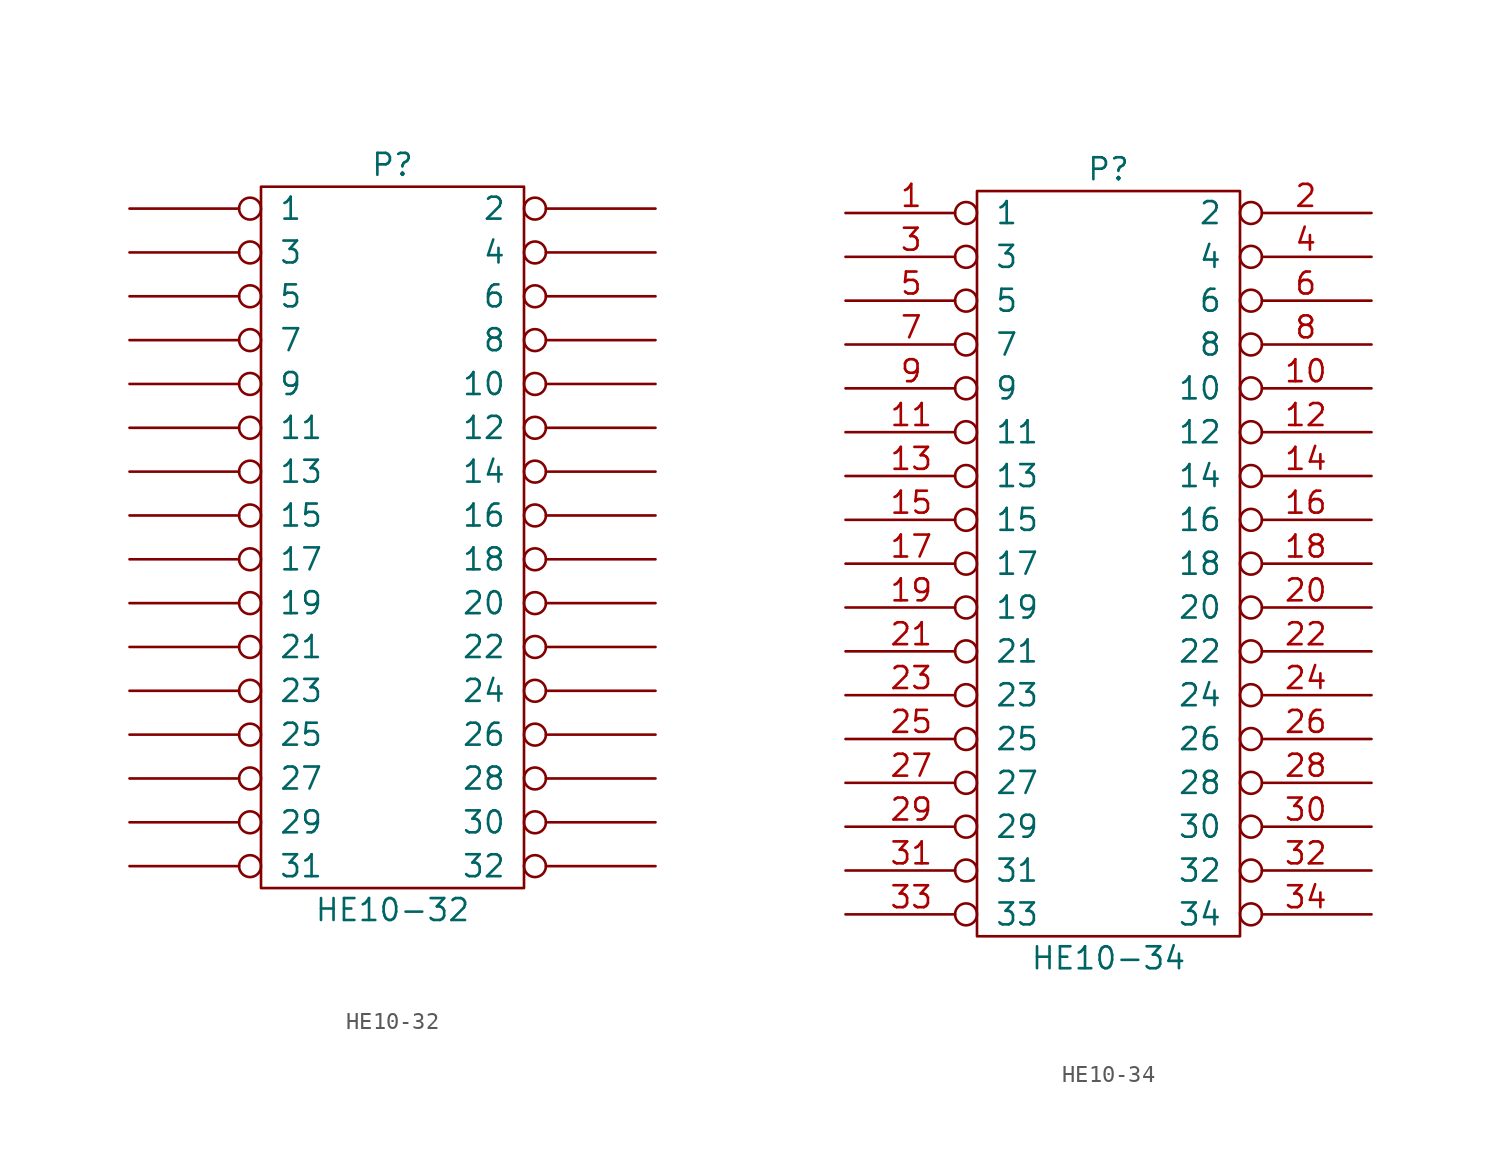
<source format=kicad_sym>
(kicad_symbol_lib
  (version 20211014)
  (generator kicad_symbol_editor)
  (symbol "HE10-32"
    (pin_numbers hide)
    (pin_names
      (offset 1.016))
    (property "Reference" "P"
      (at 0 21.59 0)
      (effects (font (size 1.27 1.27))))
    (property "Value" "HE10-32"
      (at 0 -21.59 0)
      (effects (font (size 1.27 1.27))))
    (property "Footprint" ""
      (at 0 0 0)
      (effects (font (size 1.27 1.27))))
    (property "Datasheet" ""
      (at 0 0 0)
      (effects (font (size 1.27 1.27))))
    (symbol "HE10-32_0_1"
      (rectangle (start -7.62 20.32) (end 7.62 -20.32) (stroke (width 0) (type default) (color 0 0 0 0)) (fill (type none)))
      (pin passive inverted (at -15.24 19.05 0) (length 7.62) (name "1" (effects (font (size 1.27 1.27)))) (number "1" (effects (font (size 1.27 1.27)))))
      (pin passive inverted (at 15.24 8.89 180) (length 7.62) (name "10" (effects (font (size 1.27 1.27)))) (number "10" (effects (font (size 1.27 1.27)))))
      (pin passive inverted (at -15.24 6.35 0) (length 7.62) (name "11" (effects (font (size 1.27 1.27)))) (number "11" (effects (font (size 1.27 1.27)))))
      (pin passive inverted (at 15.24 6.35 180) (length 7.62) (name "12" (effects (font (size 1.27 1.27)))) (number "12" (effects (font (size 1.27 1.27)))))
      (pin passive inverted (at -15.24 3.81 0) (length 7.62) (name "13" (effects (font (size 1.27 1.27)))) (number "13" (effects (font (size 1.27 1.27)))))
      (pin passive inverted (at 15.24 3.81 180) (length 7.62) (name "14" (effects (font (size 1.27 1.27)))) (number "14" (effects (font (size 1.27 1.27)))))
      (pin passive inverted (at -15.24 1.27 0) (length 7.62) (name "15" (effects (font (size 1.27 1.27)))) (number "15" (effects (font (size 1.27 1.27)))))
      (pin passive inverted (at 15.24 1.27 180) (length 7.62) (name "16" (effects (font (size 1.27 1.27)))) (number "16" (effects (font (size 1.27 1.27)))))
      (pin passive inverted (at -15.24 -1.27 0) (length 7.62) (name "17" (effects (font (size 1.27 1.27)))) (number "17" (effects (font (size 1.27 1.27)))))
      (pin passive inverted (at 15.24 -1.27 180) (length 7.62) (name "18" (effects (font (size 1.27 1.27)))) (number "18" (effects (font (size 1.27 1.27)))))
      (pin passive inverted (at -15.24 -3.81 0) (length 7.62) (name "19" (effects (font (size 1.27 1.27)))) (number "19" (effects (font (size 1.27 1.27)))))
      (pin passive inverted (at 15.24 19.05 180) (length 7.62) (name "2" (effects (font (size 1.27 1.27)))) (number "2" (effects (font (size 1.27 1.27)))))
      (pin passive inverted (at 15.24 -3.81 180) (length 7.62) (name "20" (effects (font (size 1.27 1.27)))) (number "20" (effects (font (size 1.27 1.27)))))
      (pin passive inverted (at -15.24 -6.35 0) (length 7.62) (name "21" (effects (font (size 1.27 1.27)))) (number "21" (effects (font (size 1.27 1.27)))))
      (pin passive inverted (at 15.24 -6.35 180) (length 7.62) (name "22" (effects (font (size 1.27 1.27)))) (number "22" (effects (font (size 1.27 1.27)))))
      (pin passive inverted (at -15.24 -8.89 0) (length 7.62) (name "23" (effects (font (size 1.27 1.27)))) (number "23" (effects (font (size 1.27 1.27)))))
      (pin passive inverted (at 15.24 -8.89 180) (length 7.62) (name "24" (effects (font (size 1.27 1.27)))) (number "24" (effects (font (size 1.27 1.27)))))
      (pin passive inverted (at -15.24 -11.43 0) (length 7.62) (name "25" (effects (font (size 1.27 1.27)))) (number "25" (effects (font (size 1.27 1.27)))))
      (pin passive inverted (at 15.24 -11.43 180) (length 7.62) (name "26" (effects (font (size 1.27 1.27)))) (number "26" (effects (font (size 1.27 1.27)))))
      (pin passive inverted (at -15.24 -13.97 0) (length 7.62) (name "27" (effects (font (size 1.27 1.27)))) (number "27" (effects (font (size 1.27 1.27)))))
      (pin passive inverted (at 15.24 -13.97 180) (length 7.62) (name "28" (effects (font (size 1.27 1.27)))) (number "28" (effects (font (size 1.27 1.27)))))
      (pin passive inverted (at -15.24 -16.51 0) (length 7.62) (name "29" (effects (font (size 1.27 1.27)))) (number "29" (effects (font (size 1.27 1.27)))))
      (pin passive inverted (at -15.24 16.51 0) (length 7.62) (name "3" (effects (font (size 1.27 1.27)))) (number "3" (effects (font (size 1.27 1.27)))))
      (pin passive inverted (at 15.24 -16.51 180) (length 7.62) (name "30" (effects (font (size 1.27 1.27)))) (number "30" (effects (font (size 1.27 1.27)))))
      (pin passive inverted (at -15.24 -19.05 0) (length 7.62) (name "31" (effects (font (size 1.27 1.27)))) (number "31" (effects (font (size 1.27 1.27)))))
      (pin passive inverted (at 15.24 -19.05 180) (length 7.62) (name "32" (effects (font (size 1.27 1.27)))) (number "32" (effects (font (size 1.27 1.27)))))
      (pin passive inverted (at 15.24 16.51 180) (length 7.62) (name "4" (effects (font (size 1.27 1.27)))) (number "4" (effects (font (size 1.27 1.27)))))
      (pin passive inverted (at -15.24 13.97 0) (length 7.62) (name "5" (effects (font (size 1.27 1.27)))) (number "5" (effects (font (size 1.27 1.27)))))
      (pin passive inverted (at 15.24 13.97 180) (length 7.62) (name "6" (effects (font (size 1.27 1.27)))) (number "6" (effects (font (size 1.27 1.27)))))
      (pin passive inverted (at -15.24 11.43 0) (length 7.62) (name "7" (effects (font (size 1.27 1.27)))) (number "7" (effects (font (size 1.27 1.27)))))
      (pin passive inverted (at 15.24 11.43 180) (length 7.62) (name "8" (effects (font (size 1.27 1.27)))) (number "8" (effects (font (size 1.27 1.27)))))
      (pin passive inverted (at -15.24 8.89 0) (length 7.62) (name "9" (effects (font (size 1.27 1.27)))) (number "9" (effects (font (size 1.27 1.27)))))))
  (symbol "HE10-34"
    (pin_names
      (offset 1.016))
    (property "Reference" "P"
      (at 0 22.86 0)
      (effects (font (size 1.27 1.27))))
    (property "Value" "HE10-34"
      (at 0 -22.86 0)
      (effects (font (size 1.27 1.27))))
    (property "Footprint" ""
      (at 0 0 0)
      (effects (font (size 1.27 1.27))))
    (property "Datasheet" ""
      (at 0 0 0)
      (effects (font (size 1.27 1.27))))
    (symbol "HE10-34_0_1"
      (rectangle (start -7.62 21.59) (end 7.62 -21.59) (stroke (width 0) (type default) (color 0 0 0 0)) (fill (type none))))
    (symbol "HE10-34_1_1"
      (pin passive inverted (at -15.24 20.32 0) (length 7.62) (name "1" (effects (font (size 1.27 1.27)))) (number "1" (effects (font (size 1.27 1.27)))))
      (pin passive inverted (at 15.24 10.16 180) (length 7.62) (name "10" (effects (font (size 1.27 1.27)))) (number "10" (effects (font (size 1.27 1.27)))))
      (pin passive inverted (at -15.24 7.62 0) (length 7.62) (name "11" (effects (font (size 1.27 1.27)))) (number "11" (effects (font (size 1.27 1.27)))))
      (pin passive inverted (at 15.24 7.62 180) (length 7.62) (name "12" (effects (font (size 1.27 1.27)))) (number "12" (effects (font (size 1.27 1.27)))))
      (pin passive inverted (at -15.24 5.08 0) (length 7.62) (name "13" (effects (font (size 1.27 1.27)))) (number "13" (effects (font (size 1.27 1.27)))))
      (pin passive inverted (at 15.24 5.08 180) (length 7.62) (name "14" (effects (font (size 1.27 1.27)))) (number "14" (effects (font (size 1.27 1.27)))))
      (pin passive inverted (at -15.24 2.54 0) (length 7.62) (name "15" (effects (font (size 1.27 1.27)))) (number "15" (effects (font (size 1.27 1.27)))))
      (pin passive inverted (at 15.24 2.54 180) (length 7.62) (name "16" (effects (font (size 1.27 1.27)))) (number "16" (effects (font (size 1.27 1.27)))))
      (pin passive inverted (at -15.24 0 0) (length 7.62) (name "17" (effects (font (size 1.27 1.27)))) (number "17" (effects (font (size 1.27 1.27)))))
      (pin passive inverted (at 15.24 0 180) (length 7.62) (name "18" (effects (font (size 1.27 1.27)))) (number "18" (effects (font (size 1.27 1.27)))))
      (pin passive inverted (at -15.24 -2.54 0) (length 7.62) (name "19" (effects (font (size 1.27 1.27)))) (number "19" (effects (font (size 1.27 1.27)))))
      (pin passive inverted (at 15.24 20.32 180) (length 7.62) (name "2" (effects (font (size 1.27 1.27)))) (number "2" (effects (font (size 1.27 1.27)))))
      (pin passive inverted (at 15.24 -2.54 180) (length 7.62) (name "20" (effects (font (size 1.27 1.27)))) (number "20" (effects (font (size 1.27 1.27)))))
      (pin passive inverted (at -15.24 -5.08 0) (length 7.62) (name "21" (effects (font (size 1.27 1.27)))) (number "21" (effects (font (size 1.27 1.27)))))
      (pin passive inverted (at 15.24 -5.08 180) (length 7.62) (name "22" (effects (font (size 1.27 1.27)))) (number "22" (effects (font (size 1.27 1.27)))))
      (pin passive inverted (at -15.24 -7.62 0) (length 7.62) (name "23" (effects (font (size 1.27 1.27)))) (number "23" (effects (font (size 1.27 1.27)))))
      (pin passive inverted (at 15.24 -7.62 180) (length 7.62) (name "24" (effects (font (size 1.27 1.27)))) (number "24" (effects (font (size 1.27 1.27)))))
      (pin passive inverted (at -15.24 -10.16 0) (length 7.62) (name "25" (effects (font (size 1.27 1.27)))) (number "25" (effects (font (size 1.27 1.27)))))
      (pin passive inverted (at 15.24 -10.16 180) (length 7.62) (name "26" (effects (font (size 1.27 1.27)))) (number "26" (effects (font (size 1.27 1.27)))))
      (pin passive inverted (at -15.24 -12.7 0) (length 7.62) (name "27" (effects (font (size 1.27 1.27)))) (number "27" (effects (font (size 1.27 1.27)))))
      (pin passive inverted (at 15.24 -12.7 180) (length 7.62) (name "28" (effects (font (size 1.27 1.27)))) (number "28" (effects (font (size 1.27 1.27)))))
      (pin passive inverted (at -15.24 -15.24 0) (length 7.62) (name "29" (effects (font (size 1.27 1.27)))) (number "29" (effects (font (size 1.27 1.27)))))
      (pin passive inverted (at -15.24 17.78 0) (length 7.62) (name "3" (effects (font (size 1.27 1.27)))) (number "3" (effects (font (size 1.27 1.27)))))
      (pin passive inverted (at 15.24 -15.24 180) (length 7.62) (name "30" (effects (font (size 1.27 1.27)))) (number "30" (effects (font (size 1.27 1.27)))))
      (pin passive inverted (at -15.24 -17.78 0) (length 7.62) (name "31" (effects (font (size 1.27 1.27)))) (number "31" (effects (font (size 1.27 1.27)))))
      (pin passive inverted (at 15.24 -17.78 180) (length 7.62) (name "32" (effects (font (size 1.27 1.27)))) (number "32" (effects (font (size 1.27 1.27)))))
      (pin passive inverted (at -15.24 -20.32 0) (length 7.62) (name "33" (effects (font (size 1.27 1.27)))) (number "33" (effects (font (size 1.27 1.27)))))
      (pin passive inverted (at 15.24 -20.32 180) (length 7.62) (name "34" (effects (font (size 1.27 1.27)))) (number "34" (effects (font (size 1.27 1.27)))))
      (pin passive inverted (at 15.24 17.78 180) (length 7.62) (name "4" (effects (font (size 1.27 1.27)))) (number "4" (effects (font (size 1.27 1.27)))))
      (pin passive inverted (at -15.24 15.24 0) (length 7.62) (name "5" (effects (font (size 1.27 1.27)))) (number "5" (effects (font (size 1.27 1.27)))))
      (pin passive inverted (at 15.24 15.24 180) (length 7.62) (name "6" (effects (font (size 1.27 1.27)))) (number "6" (effects (font (size 1.27 1.27)))))
      (pin passive inverted (at -15.24 12.7 0) (length 7.62) (name "7" (effects (font (size 1.27 1.27)))) (number "7" (effects (font (size 1.27 1.27)))))
      (pin passive inverted (at 15.24 12.7 180) (length 7.62) (name "8" (effects (font (size 1.27 1.27)))) (number "8" (effects (font (size 1.27 1.27)))))
      (pin passive inverted (at -15.24 10.16 0) (length 7.62) (name "9" (effects (font (size 1.27 1.27)))) (number "9" (effects (font (size 1.27 1.27))))))))
</source>
